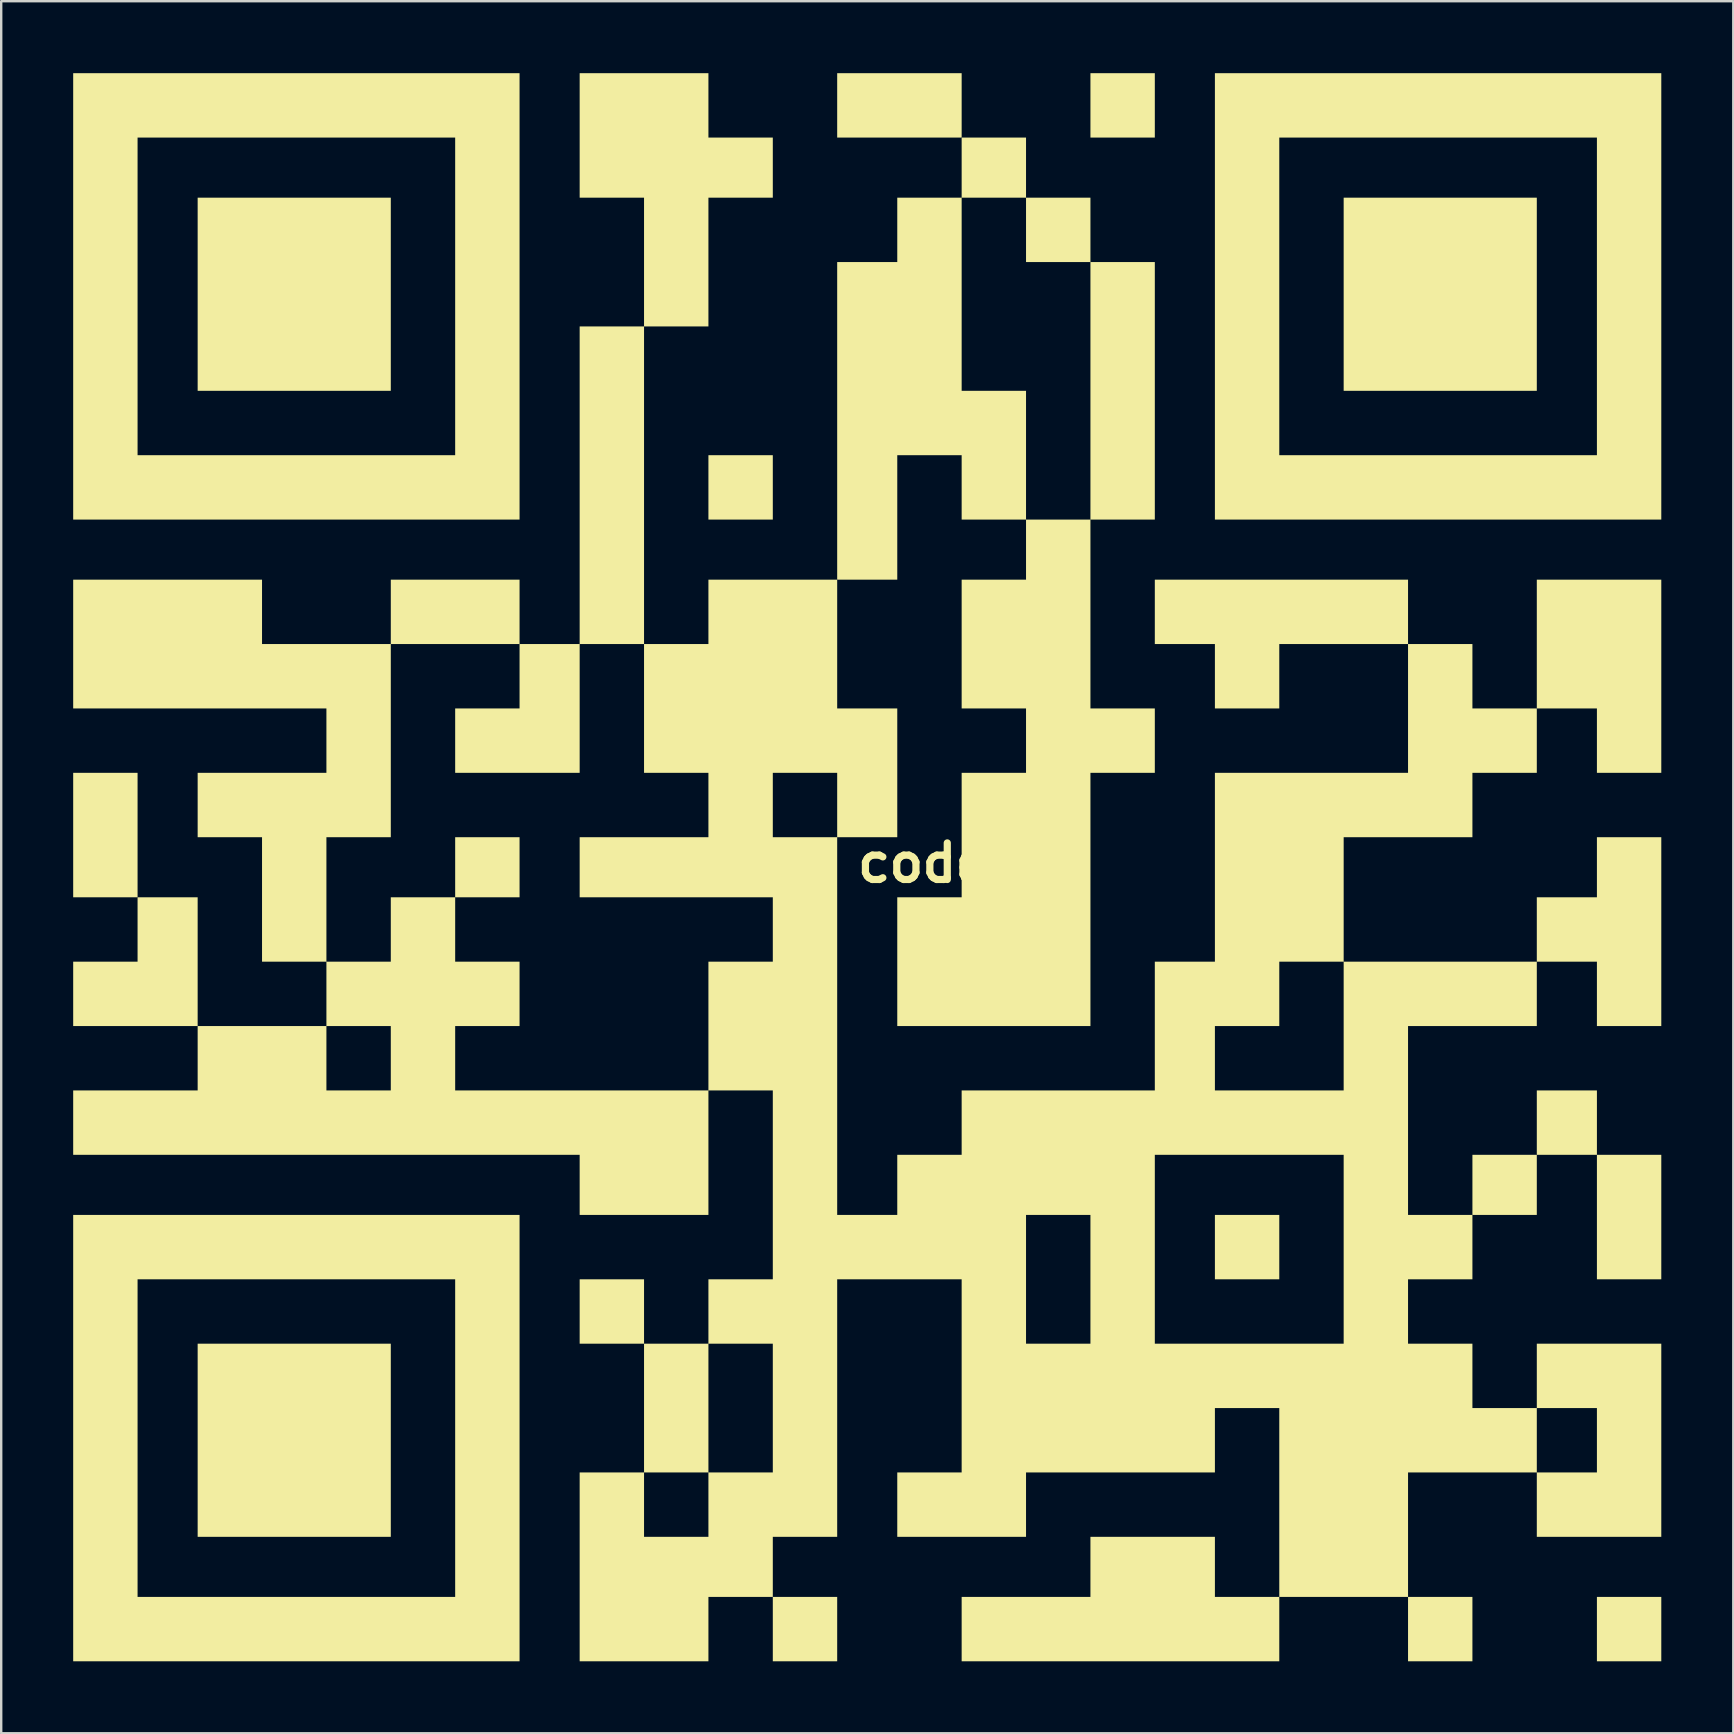
<source format=kicad_pcb>
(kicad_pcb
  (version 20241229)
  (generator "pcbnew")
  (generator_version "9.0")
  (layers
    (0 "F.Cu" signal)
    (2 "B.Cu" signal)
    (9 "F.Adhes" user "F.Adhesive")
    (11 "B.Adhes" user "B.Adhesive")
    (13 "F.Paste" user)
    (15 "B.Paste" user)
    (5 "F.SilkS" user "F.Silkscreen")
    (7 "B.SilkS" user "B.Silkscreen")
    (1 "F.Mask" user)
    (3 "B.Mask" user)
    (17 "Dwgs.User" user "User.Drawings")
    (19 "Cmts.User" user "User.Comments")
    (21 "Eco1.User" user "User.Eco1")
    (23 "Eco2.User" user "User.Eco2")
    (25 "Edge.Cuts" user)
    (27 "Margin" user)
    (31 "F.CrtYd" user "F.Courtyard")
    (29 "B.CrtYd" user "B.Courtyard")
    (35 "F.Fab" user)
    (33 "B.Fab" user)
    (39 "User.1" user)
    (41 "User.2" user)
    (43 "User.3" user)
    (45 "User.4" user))
  (footprint "QR code"
    (layer "F.Cu")
    (at 33.27 32.913)
    (property "Reference" "QR code" (at 0 0 0) (layer "F.SilkS") (effects (font (size 1.524 1.524) (thickness 0.3))))
    (attr board_only exclude_from_pos_files exclude_from_bom)
    (fp_poly (pts (xy -30.587 1.431) (xy -33.27 1.431) (xy -33.27 -3.756) (xy -30.587 -3.756)) (stroke (width 0) (type solid)) (fill yes) (layer "F.SilkS"))
    (fp_poly (pts (xy -20.034 -19.676) (xy -28.083 -19.676) (xy -28.083 -27.725) (xy -20.034 -27.725)) (stroke (width 0) (type solid)) (fill yes) (layer "F.SilkS"))
    (fp_poly (pts (xy -20.034 28.083) (xy -28.083 28.083) (xy -28.083 20.034) (xy -20.034 20.034)) (stroke (width 0) (type solid)) (fill yes) (layer "F.SilkS"))
    (fp_poly (pts (xy -14.668 1.431) (xy -17.351 1.431) (xy -17.351 -1.073) (xy -14.668 -1.073)) (stroke (width 0) (type solid)) (fill yes) (layer "F.SilkS"))
    (fp_poly (pts (xy -9.48 20.034) (xy -12.163 20.034) (xy -12.163 17.351) (xy -9.48 17.351)) (stroke (width 0) (type solid)) (fill yes) (layer "F.SilkS"))
    (fp_poly (pts (xy -4.114 -14.31) (xy -6.797 -14.31) (xy -6.797 -16.993) (xy -4.114 -16.993)) (stroke (width 0) (type solid)) (fill yes) (layer "F.SilkS"))
    (fp_poly (pts (xy -1.431 33.27) (xy -4.114 33.27) (xy -4.114 30.587) (xy -1.431 30.587)) (stroke (width 0) (type solid)) (fill yes) (layer "F.SilkS"))
    (fp_poly (pts (xy 3.756 -30.23) (xy -1.431 -30.23) (xy -1.431 -32.913) (xy 3.756 -32.913)) (stroke (width 0) (type solid)) (fill yes) (layer "F.SilkS"))
    (fp_poly (pts (xy 11.806 -30.23) (xy 9.123 -30.23) (xy 9.123 -32.913) (xy 11.806 -32.913)) (stroke (width 0) (type solid)) (fill yes) (layer "F.SilkS"))
    (fp_poly (pts (xy 16.993 17.351) (xy 14.31 17.351) (xy 14.31 14.668) (xy 16.993 14.668)) (stroke (width 0) (type solid)) (fill yes) (layer "F.SilkS"))
    (fp_poly (pts (xy 25.042 33.27) (xy 22.359 33.27) (xy 22.359 30.587) (xy 25.042 30.587)) (stroke (width 0) (type solid)) (fill yes) (layer "F.SilkS"))
    (fp_poly (pts (xy 27.725 -19.676) (xy 19.676 -19.676) (xy 19.676 -27.725) (xy 27.725 -27.725)) (stroke (width 0) (type solid)) (fill yes) (layer "F.SilkS"))
    (fp_poly (pts (xy 27.725 14.668) (xy 25.042 14.668) (xy 25.042 12.163) (xy 27.725 12.163)) (stroke (width 0) (type solid)) (fill yes) (layer "F.SilkS"))
    (fp_poly (pts (xy 30.23 12.163) (xy 27.725 12.163) (xy 27.725 9.48) (xy 30.23 9.48)) (stroke (width 0) (type solid)) (fill yes) (layer "F.SilkS"))
    (fp_poly (pts (xy 32.913 17.351) (xy 30.23 17.351) (xy 30.23 12.163) (xy 32.913 12.163)) (stroke (width 0) (type solid)) (fill yes) (layer "F.SilkS"))
    (fp_poly (pts (xy 32.913 33.27) (xy 30.23 33.27) (xy 30.23 30.587) (xy 32.913 30.587)) (stroke (width 0) (type solid)) (fill yes) (layer "F.SilkS"))
    (fp_poly (pts (xy -28.083 6.797) (xy -33.27 6.797) (xy -33.27 4.114) (xy -30.587 4.114) (xy -30.587 1.431) (xy -28.083 1.431)) (stroke (width 0) (type solid)) (fill yes) (layer "F.SilkS"))
    (fp_poly (pts (xy 32.913 -3.756) (xy 30.23 -3.756) (xy 30.23 -6.439) (xy 27.725 -6.439) (xy 27.725 -11.806) (xy 32.913 -11.806)) (stroke (width 0) (type solid)) (fill yes) (layer "F.SilkS"))
    (fp_poly (pts (xy 14.31 30.587) (xy 16.993 30.587) (xy 16.993 33.27) (xy 3.756 33.27) (xy 3.756 30.587) (xy 9.123 30.587) (xy 9.123 28.083) (xy 14.31 28.083)) (stroke (width 0) (type solid)) (fill yes) (layer "F.SilkS"))
    (fp_poly (pts (xy 22.359 -9.123) (xy 16.993 -9.123) (xy 16.993 -6.439) (xy 14.31 -6.439) (xy 14.31 -9.123) (xy 11.806 -9.123) (xy 11.806 -11.806) (xy 22.359 -11.806)) (stroke (width 0) (type solid)) (fill yes) (layer "F.SilkS"))
    (fp_poly (pts (xy 32.913 6.797) (xy 30.23 6.797) (xy 30.23 4.114) (xy 27.725 4.114) (xy 27.725 1.431) (xy 30.23 1.431) (xy 30.23 -1.073) (xy 32.913 -1.073)) (stroke (width 0) (type solid)) (fill yes) (layer "F.SilkS"))
    (fp_poly (pts (xy -6.797 -30.23) (xy -4.114 -30.23) (xy -4.114 -27.725) (xy -6.797 -27.725) (xy -6.797 -22.359) (xy -9.48 -22.359) (xy -9.48 -27.725) (xy -12.163 -27.725) (xy -12.163 -32.913) (xy -6.797 -32.913)) (stroke (width 0) (type solid)) (fill yes) (layer "F.SilkS"))
    (fp_poly (pts (xy -14.668 -14.31) (xy -33.27 -14.31) (xy -33.27 -16.993) (xy -30.587 -16.993) (xy -17.351 -16.993) (xy -17.351 -30.23) (xy -30.587 -30.23) (xy -30.587 -16.993) (xy -33.27 -16.993) (xy -33.27 -32.913) (xy -14.668 -32.913)) (stroke (width 0) (type solid)) (fill yes) (layer "F.SilkS"))
    (fp_poly (pts (xy -14.668 33.27) (xy -33.27 33.27) (xy -33.27 30.587) (xy -30.587 30.587) (xy -17.351 30.587) (xy -17.351 17.351) (xy -30.587 17.351) (xy -30.587 30.587) (xy -33.27 30.587) (xy -33.27 14.668) (xy -14.668 14.668)) (stroke (width 0) (type solid)) (fill yes) (layer "F.SilkS"))
    (fp_poly (pts (xy 32.913 -14.31) (xy 14.31 -14.31) (xy 14.31 -16.993) (xy 16.993 -16.993) (xy 30.23 -16.993) (xy 30.23 -30.23) (xy 16.993 -30.23) (xy 16.993 -16.993) (xy 14.31 -16.993) (xy 14.31 -32.913) (xy 32.913 -32.913)) (stroke (width 0) (type solid)) (fill yes) (layer "F.SilkS"))
    (fp_poly (pts (xy 9.123 -27.725) (xy 9.123 -25.042) (xy 11.806 -25.042) (xy 11.806 -14.31) (xy 9.123 -14.31) (xy 9.123 -6.439) (xy 11.806 -6.439) (xy 11.806 -3.756) (xy 9.123 -3.756) (xy 9.123 6.797) (xy 1.073 6.797) (xy 1.073 1.431) (xy 3.756 1.431) (xy 3.756 -3.756) (xy 6.439 -3.756) (xy 6.439 -6.439) (xy 3.756 -6.439) (xy 3.756 -11.806) (xy 6.439 -11.806) (xy 6.439 -14.31) (xy 3.756 -14.31) (xy 3.756 -16.993) (xy 1.073 -16.993) (xy 1.073 -11.806) (xy -1.431 -11.806) (xy -1.431 -19.676) (xy 3.756 -19.676) (xy 6.439 -19.676) (xy 6.439 -14.31) (xy 9.123 -14.31) (xy 9.123 -25.042) (xy 6.439 -25.042) (xy 6.439 -27.725) (xy 3.756 -27.725) (xy 3.756 -19.676) (xy -1.431 -19.676) (xy -1.431 -25.042) (xy 1.073 -25.042) (xy 1.073 -27.725) (xy 3.756 -27.725) (xy 3.756 -30.23) (xy 6.439 -30.23) (xy 6.439 -27.725)) (stroke (width 0) (type solid)) (fill yes) (layer "F.SilkS"))
    (fp_poly (pts (xy 27.725 4.114) (xy 27.725 6.797) (xy 22.359 6.797) (xy 22.359 14.668) (xy 25.042 14.668) (xy 25.042 17.351) (xy 22.359 17.351) (xy 22.359 20.034) (xy 25.042 20.034) (xy 25.042 22.717) (xy 27.725 22.717) (xy 27.725 20.034) (xy 32.913 20.034) (xy 32.913 28.083) (xy 27.725 28.083) (xy 27.725 25.4) (xy 30.23 25.4) (xy 30.23 22.717) (xy 27.725 22.717) (xy 27.725 25.4) (xy 22.359 25.4) (xy 22.359 30.587) (xy 16.993 30.587) (xy 16.993 22.717) (xy 14.31 22.717) (xy 14.31 25.4) (xy 6.439 25.4) (xy 6.439 28.083) (xy 1.073 28.083) (xy 1.073 25.4) (xy 3.756 25.4) (xy 3.756 20.034) (xy 6.439 20.034) (xy 9.123 20.034) (xy 11.806 20.034) (xy 19.676 20.034) (xy 19.676 12.163) (xy 11.806 12.163) (xy 11.806 20.034) (xy 9.123 20.034) (xy 9.123 14.668) (xy 6.439 14.668) (xy 6.439 20.034) (xy 3.756 20.034) (xy 3.756 17.351) (xy -1.431 17.351) (xy -1.431 28.083) (xy -4.114 28.083) (xy -4.114 30.587) (xy -6.797 30.587) (xy -6.797 33.27) (xy -12.163 33.27) (xy -12.163 28.083) (xy -9.48 28.083) (xy -6.797 28.083) (xy -6.797 25.4) (xy -4.114 25.4) (xy -4.114 20.034) (xy -6.797 20.034) (xy -6.797 25.4) (xy -9.48 25.4) (xy -9.48 28.083) (xy -12.163 28.083) (xy -12.163 25.4) (xy -9.48 25.4) (xy -9.48 20.034) (xy -6.797 20.034) (xy -6.797 17.351) (xy -4.114 17.351) (xy -4.114 9.48) (xy -6.797 9.48) (xy -6.797 14.668) (xy -12.163 14.668) (xy -12.163 12.163) (xy -33.27 12.163) (xy -33.27 9.48) (xy -28.083 9.48) (xy -22.717 9.48) (xy -20.034 9.48) (xy -20.034 6.797) (xy -22.717 6.797) (xy -22.717 9.48) (xy -28.083 9.48) (xy -28.083 6.797) (xy -22.717 6.797) (xy -22.717 4.114) (xy -20.034 4.114) (xy -20.034 1.431) (xy -17.351 1.431) (xy -17.351 4.114) (xy -14.668 4.114) (xy -14.668 6.797) (xy -17.351 6.797) (xy -17.351 9.48) (xy -6.797 9.48) (xy -6.797 4.114) (xy -4.114 4.114) (xy -4.114 1.431) (xy -12.163 1.431) (xy -12.163 -1.073) (xy -6.797 -1.073) (xy -4.114 -1.073) (xy -1.431 -1.073) (xy -1.431 -3.756) (xy -4.114 -3.756) (xy -4.114 -1.073) (xy -6.797 -1.073) (xy -6.797 -3.756) (xy -9.48 -3.756) (xy -9.48 -9.123) (xy -12.163 -9.123) (xy -12.163 -3.756) (xy -17.351 -3.756) (xy -17.351 -6.439) (xy -14.668 -6.439) (xy -14.668 -9.123) (xy -20.034 -9.123) (xy -20.034 -1.073) (xy -22.717 -1.073) (xy -22.717 4.114) (xy -25.4 4.114) (xy -25.4 -1.073) (xy -28.083 -1.073) (xy -28.083 -3.756) (xy -22.717 -3.756) (xy -22.717 -6.439) (xy -33.27 -6.439) (xy -33.27 -11.806) (xy -25.4 -11.806) (xy -25.4 -9.123) (xy -20.034 -9.123) (xy -20.034 -11.806) (xy -14.668 -11.806) (xy -14.668 -9.123) (xy -12.163 -9.123) (xy -12.163 -22.359) (xy -9.48 -22.359) (xy -9.48 -9.123) (xy -6.797 -9.123) (xy -6.797 -11.806) (xy -1.431 -11.806) (xy -1.431 -6.439) (xy 1.073 -6.439) (xy 1.073 -1.073) (xy -1.431 -1.073) (xy -1.431 14.668) (xy 1.073 14.668) (xy 1.073 12.163) (xy 3.756 12.163) (xy 3.756 9.48) (xy 11.806 9.48) (xy 14.31 9.48) (xy 19.676 9.48) (xy 19.676 4.114) (xy 16.993 4.114) (xy 16.993 6.797) (xy 14.31 6.797) (xy 14.31 9.48) (xy 11.806 9.48) (xy 11.806 4.114) (xy 14.31 4.114) (xy 14.31 -3.756) (xy 22.359 -3.756) (xy 22.359 -9.123) (xy 25.042 -9.123) (xy 25.042 -6.439) (xy 27.725 -6.439) (xy 27.725 -3.756) (xy 25.042 -3.756) (xy 25.042 -1.073) (xy 19.676 -1.073) (xy 19.676 4.114)) (stroke (width 0) (type solid)) (fill yes) (layer "F.SilkS")))
  (gr_rect
    (start -3 -3)
    (end 69.183 69.183)
    (stroke (width 0.1) (type default))
    (fill no)
    (layer "Edge.Cuts")))
</source>
